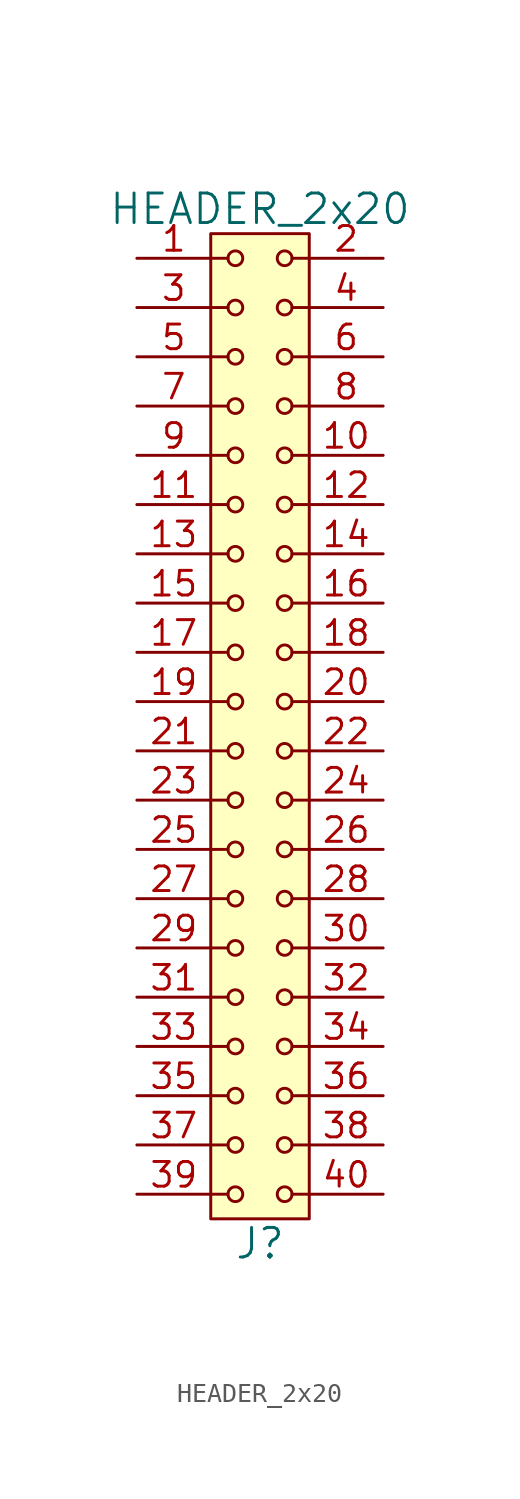
<source format=kicad_sym>
(kicad_symbol_lib
  (version 20211014)
  (generator kicad_symbol_editor)
  (symbol "HEADER_2x20"
    (pin_names
      (offset 1.016))
    (property "Reference" "J"
      (at 0 -26.67 0)
      (effects (font (size 1.524 1.524))))
    (property "Value" "HEADER_2x20"
      (at 0 26.67 0)
      (effects (font (size 1.524 1.524))))
    (property "Footprint" ""
      (at 0 24.13 0)
      (effects (font (size 1.524 1.524))))
    (property "Datasheet" ""
      (at 0 24.13 0)
      (effects (font (size 1.524 1.524))))
    (symbol "HEADER_2x20_0_1"
      (rectangle (start -2.54 25.4) (end 2.54 -25.4) (stroke (width 0) (type default) (color 0 0 0 0)) (fill (type background)))
      (circle (center -1.27 -24.13) (radius 0.381) (stroke (width 0) (type default) (color 0 0 0 0)) (fill (type none)))
      (circle (center -1.27 -21.59) (radius 0.381) (stroke (width 0) (type default) (color 0 0 0 0)) (fill (type none)))
      (circle (center -1.27 -19.05) (radius 0.381) (stroke (width 0) (type default) (color 0 0 0 0)) (fill (type none)))
      (circle (center -1.27 -16.51) (radius 0.381) (stroke (width 0) (type default) (color 0 0 0 0)) (fill (type none)))
      (circle (center -1.27 -13.97) (radius 0.381) (stroke (width 0) (type default) (color 0 0 0 0)) (fill (type none)))
      (circle (center -1.27 -11.43) (radius 0.381) (stroke (width 0) (type default) (color 0 0 0 0)) (fill (type none)))
      (circle (center -1.27 -8.89) (radius 0.381) (stroke (width 0) (type default) (color 0 0 0 0)) (fill (type none)))
      (circle (center -1.27 -6.35) (radius 0.381) (stroke (width 0) (type default) (color 0 0 0 0)) (fill (type none)))
      (circle (center -1.27 -3.81) (radius 0.381) (stroke (width 0) (type default) (color 0 0 0 0)) (fill (type none)))
      (circle (center -1.27 -1.27) (radius 0.381) (stroke (width 0) (type default) (color 0 0 0 0)) (fill (type none)))
      (circle (center -1.27 1.27) (radius 0.381) (stroke (width 0) (type default) (color 0 0 0 0)) (fill (type none)))
      (circle (center -1.27 3.81) (radius 0.381) (stroke (width 0) (type default) (color 0 0 0 0)) (fill (type none)))
      (circle (center -1.27 6.35) (radius 0.381) (stroke (width 0) (type default) (color 0 0 0 0)) (fill (type none)))
      (circle (center -1.27 8.89) (radius 0.381) (stroke (width 0) (type default) (color 0 0 0 0)) (fill (type none)))
      (circle (center -1.27 11.43) (radius 0.381) (stroke (width 0) (type default) (color 0 0 0 0)) (fill (type none)))
      (circle (center -1.27 13.97) (radius 0.381) (stroke (width 0) (type default) (color 0 0 0 0)) (fill (type none)))
      (circle (center -1.27 16.51) (radius 0.381) (stroke (width 0) (type default) (color 0 0 0 0)) (fill (type none)))
      (circle (center -1.27 19.05) (radius 0.381) (stroke (width 0) (type default) (color 0 0 0 0)) (fill (type none)))
      (circle (center -1.27 21.59) (radius 0.381) (stroke (width 0) (type default) (color 0 0 0 0)) (fill (type none)))
      (circle (center -1.27 24.13) (radius 0.381) (stroke (width 0) (type default) (color 0 0 0 0)) (fill (type none)))
      (polyline (pts (xy -1.651 -24.13) (xy -2.54 -24.13)) (stroke (width 0) (type default) (color 0 0 0 0)) (fill (type none)))
      (polyline (pts (xy -1.651 -21.59) (xy -2.54 -21.59)) (stroke (width 0) (type default) (color 0 0 0 0)) (fill (type none)))
      (polyline (pts (xy -1.651 -19.05) (xy -2.54 -19.05)) (stroke (width 0) (type default) (color 0 0 0 0)) (fill (type none)))
      (polyline (pts (xy -1.651 -16.51) (xy -2.54 -16.51)) (stroke (width 0) (type default) (color 0 0 0 0)) (fill (type none)))
      (polyline (pts (xy -1.651 -13.97) (xy -2.54 -13.97)) (stroke (width 0) (type default) (color 0 0 0 0)) (fill (type none)))
      (polyline (pts (xy -1.651 -11.43) (xy -2.54 -11.43)) (stroke (width 0) (type default) (color 0 0 0 0)) (fill (type none)))
      (polyline (pts (xy -1.651 -8.89) (xy -2.54 -8.89)) (stroke (width 0) (type default) (color 0 0 0 0)) (fill (type none)))
      (polyline (pts (xy -1.651 -6.35) (xy -2.54 -6.35)) (stroke (width 0) (type default) (color 0 0 0 0)) (fill (type none)))
      (polyline (pts (xy -1.651 -3.81) (xy -2.54 -3.81)) (stroke (width 0) (type default) (color 0 0 0 0)) (fill (type none)))
      (polyline (pts (xy -1.651 -1.27) (xy -2.54 -1.27)) (stroke (width 0) (type default) (color 0 0 0 0)) (fill (type none)))
      (polyline (pts (xy -1.651 1.27) (xy -2.54 1.27)) (stroke (width 0) (type default) (color 0 0 0 0)) (fill (type none)))
      (polyline (pts (xy -1.651 3.81) (xy -2.54 3.81)) (stroke (width 0) (type default) (color 0 0 0 0)) (fill (type none)))
      (polyline (pts (xy -1.651 6.35) (xy -2.54 6.35)) (stroke (width 0) (type default) (color 0 0 0 0)) (fill (type none)))
      (polyline (pts (xy -1.651 8.89) (xy -2.54 8.89)) (stroke (width 0) (type default) (color 0 0 0 0)) (fill (type none)))
      (polyline (pts (xy -1.651 11.43) (xy -2.54 11.43)) (stroke (width 0) (type default) (color 0 0 0 0)) (fill (type none)))
      (polyline (pts (xy -1.651 13.97) (xy -2.54 13.97)) (stroke (width 0) (type default) (color 0 0 0 0)) (fill (type none)))
      (polyline (pts (xy -1.651 16.51) (xy -2.54 16.51)) (stroke (width 0) (type default) (color 0 0 0 0)) (fill (type none)))
      (polyline (pts (xy -1.651 19.05) (xy -2.54 19.05)) (stroke (width 0) (type default) (color 0 0 0 0)) (fill (type none)))
      (polyline (pts (xy -1.651 21.59) (xy -2.54 21.59)) (stroke (width 0) (type default) (color 0 0 0 0)) (fill (type none)))
      (polyline (pts (xy -1.651 24.13) (xy -2.54 24.13)) (stroke (width 0) (type default) (color 0 0 0 0)) (fill (type none)))
      (polyline (pts (xy 1.651 -24.13) (xy 2.54 -24.13)) (stroke (width 0) (type default) (color 0 0 0 0)) (fill (type none)))
      (polyline (pts (xy 1.651 -21.59) (xy 2.54 -21.59)) (stroke (width 0) (type default) (color 0 0 0 0)) (fill (type none)))
      (polyline (pts (xy 1.651 -19.05) (xy 2.54 -19.05)) (stroke (width 0) (type default) (color 0 0 0 0)) (fill (type none)))
      (polyline (pts (xy 1.651 -16.51) (xy 2.54 -16.51)) (stroke (width 0) (type default) (color 0 0 0 0)) (fill (type none)))
      (polyline (pts (xy 1.651 -13.97) (xy 2.54 -13.97)) (stroke (width 0) (type default) (color 0 0 0 0)) (fill (type none)))
      (polyline (pts (xy 1.651 -11.43) (xy 2.54 -11.43)) (stroke (width 0) (type default) (color 0 0 0 0)) (fill (type none)))
      (polyline (pts (xy 1.651 -8.89) (xy 2.54 -8.89)) (stroke (width 0) (type default) (color 0 0 0 0)) (fill (type none)))
      (polyline (pts (xy 1.651 -6.35) (xy 2.54 -6.35)) (stroke (width 0) (type default) (color 0 0 0 0)) (fill (type none)))
      (polyline (pts (xy 1.651 -3.81) (xy 2.54 -3.81)) (stroke (width 0) (type default) (color 0 0 0 0)) (fill (type none)))
      (polyline (pts (xy 1.651 -1.27) (xy 2.54 -1.27)) (stroke (width 0) (type default) (color 0 0 0 0)) (fill (type none)))
      (polyline (pts (xy 1.651 1.27) (xy 2.54 1.27)) (stroke (width 0) (type default) (color 0 0 0 0)) (fill (type none)))
      (polyline (pts (xy 1.651 3.81) (xy 2.54 3.81)) (stroke (width 0) (type default) (color 0 0 0 0)) (fill (type none)))
      (polyline (pts (xy 1.651 6.35) (xy 2.54 6.35)) (stroke (width 0) (type default) (color 0 0 0 0)) (fill (type none)))
      (polyline (pts (xy 1.651 8.89) (xy 2.54 8.89)) (stroke (width 0) (type default) (color 0 0 0 0)) (fill (type none)))
      (polyline (pts (xy 1.651 11.43) (xy 2.54 11.43)) (stroke (width 0) (type default) (color 0 0 0 0)) (fill (type none)))
      (polyline (pts (xy 1.651 13.97) (xy 2.54 13.97)) (stroke (width 0) (type default) (color 0 0 0 0)) (fill (type none)))
      (polyline (pts (xy 1.651 16.51) (xy 2.54 16.51)) (stroke (width 0) (type default) (color 0 0 0 0)) (fill (type none)))
      (polyline (pts (xy 1.651 19.05) (xy 2.54 19.05)) (stroke (width 0) (type default) (color 0 0 0 0)) (fill (type none)))
      (polyline (pts (xy 1.651 21.59) (xy 2.54 21.59)) (stroke (width 0) (type default) (color 0 0 0 0)) (fill (type none)))
      (polyline (pts (xy 1.651 24.13) (xy 2.54 24.13)) (stroke (width 0) (type default) (color 0 0 0 0)) (fill (type none)))
      (circle (center 1.27 -24.13) (radius 0.381) (stroke (width 0) (type default) (color 0 0 0 0)) (fill (type none)))
      (circle (center 1.27 -21.59) (radius 0.381) (stroke (width 0) (type default) (color 0 0 0 0)) (fill (type none)))
      (circle (center 1.27 -19.05) (radius 0.381) (stroke (width 0) (type default) (color 0 0 0 0)) (fill (type none)))
      (circle (center 1.27 -16.51) (radius 0.381) (stroke (width 0) (type default) (color 0 0 0 0)) (fill (type none)))
      (circle (center 1.27 -13.97) (radius 0.381) (stroke (width 0) (type default) (color 0 0 0 0)) (fill (type none)))
      (circle (center 1.27 -11.43) (radius 0.381) (stroke (width 0) (type default) (color 0 0 0 0)) (fill (type none)))
      (circle (center 1.27 -8.89) (radius 0.381) (stroke (width 0) (type default) (color 0 0 0 0)) (fill (type none)))
      (circle (center 1.27 -6.35) (radius 0.381) (stroke (width 0) (type default) (color 0 0 0 0)) (fill (type none)))
      (circle (center 1.27 -3.81) (radius 0.381) (stroke (width 0) (type default) (color 0 0 0 0)) (fill (type none)))
      (circle (center 1.27 -1.27) (radius 0.381) (stroke (width 0) (type default) (color 0 0 0 0)) (fill (type none)))
      (circle (center 1.27 1.27) (radius 0.381) (stroke (width 0) (type default) (color 0 0 0 0)) (fill (type none)))
      (circle (center 1.27 3.81) (radius 0.381) (stroke (width 0) (type default) (color 0 0 0 0)) (fill (type none)))
      (circle (center 1.27 6.35) (radius 0.381) (stroke (width 0) (type default) (color 0 0 0 0)) (fill (type none)))
      (circle (center 1.27 8.89) (radius 0.381) (stroke (width 0) (type default) (color 0 0 0 0)) (fill (type none)))
      (circle (center 1.27 11.43) (radius 0.381) (stroke (width 0) (type default) (color 0 0 0 0)) (fill (type none)))
      (circle (center 1.27 13.97) (radius 0.381) (stroke (width 0) (type default) (color 0 0 0 0)) (fill (type none)))
      (circle (center 1.27 16.51) (radius 0.381) (stroke (width 0) (type default) (color 0 0 0 0)) (fill (type none)))
      (circle (center 1.27 19.05) (radius 0.381) (stroke (width 0) (type default) (color 0 0 0 0)) (fill (type none)))
      (circle (center 1.27 21.59) (radius 0.381) (stroke (width 0) (type default) (color 0 0 0 0)) (fill (type none)))
      (circle (center 1.27 24.13) (radius 0.381) (stroke (width 0) (type default) (color 0 0 0 0)) (fill (type none))))
    (symbol "HEADER_2x20_1_1"
      (pin input line (at -6.35 24.13 0) (length 3.81) (name "~" (effects (font (size 1.27 1.27)))) (number "1" (effects (font (size 1.27 1.27)))))
      (pin input line (at 6.35 13.97 180) (length 3.81) (name "~" (effects (font (size 1.27 1.27)))) (number "10" (effects (font (size 1.27 1.27)))))
      (pin input line (at -6.35 11.43 0) (length 3.81) (name "~" (effects (font (size 1.27 1.27)))) (number "11" (effects (font (size 1.27 1.27)))))
      (pin input line (at 6.35 11.43 180) (length 3.81) (name "~" (effects (font (size 1.27 1.27)))) (number "12" (effects (font (size 1.27 1.27)))))
      (pin input line (at -6.35 8.89 0) (length 3.81) (name "~" (effects (font (size 1.27 1.27)))) (number "13" (effects (font (size 1.27 1.27)))))
      (pin input line (at 6.35 8.89 180) (length 3.81) (name "~" (effects (font (size 1.27 1.27)))) (number "14" (effects (font (size 1.27 1.27)))))
      (pin input line (at -6.35 6.35 0) (length 3.81) (name "~" (effects (font (size 1.27 1.27)))) (number "15" (effects (font (size 1.27 1.27)))))
      (pin input line (at 6.35 6.35 180) (length 3.81) (name "~" (effects (font (size 1.27 1.27)))) (number "16" (effects (font (size 1.27 1.27)))))
      (pin input line (at -6.35 3.81 0) (length 3.81) (name "~" (effects (font (size 1.27 1.27)))) (number "17" (effects (font (size 1.27 1.27)))))
      (pin input line (at 6.35 3.81 180) (length 3.81) (name "~" (effects (font (size 1.27 1.27)))) (number "18" (effects (font (size 1.27 1.27)))))
      (pin input line (at -6.35 1.27 0) (length 3.81) (name "~" (effects (font (size 1.27 1.27)))) (number "19" (effects (font (size 1.27 1.27)))))
      (pin input line (at 6.35 24.13 180) (length 3.81) (name "~" (effects (font (size 1.27 1.27)))) (number "2" (effects (font (size 1.27 1.27)))))
      (pin input line (at 6.35 1.27 180) (length 3.81) (name "~" (effects (font (size 1.27 1.27)))) (number "20" (effects (font (size 1.27 1.27)))))
      (pin input line (at -6.35 -1.27 0) (length 3.81) (name "~" (effects (font (size 1.27 1.27)))) (number "21" (effects (font (size 1.27 1.27)))))
      (pin input line (at 6.35 -1.27 180) (length 3.81) (name "~" (effects (font (size 1.27 1.27)))) (number "22" (effects (font (size 1.27 1.27)))))
      (pin input line (at -6.35 -3.81 0) (length 3.81) (name "~" (effects (font (size 1.27 1.27)))) (number "23" (effects (font (size 1.27 1.27)))))
      (pin input line (at 6.35 -3.81 180) (length 3.81) (name "~" (effects (font (size 1.27 1.27)))) (number "24" (effects (font (size 1.27 1.27)))))
      (pin input line (at -6.35 -6.35 0) (length 3.81) (name "~" (effects (font (size 1.27 1.27)))) (number "25" (effects (font (size 1.27 1.27)))))
      (pin input line (at 6.35 -6.35 180) (length 3.81) (name "~" (effects (font (size 1.27 1.27)))) (number "26" (effects (font (size 1.27 1.27)))))
      (pin input line (at -6.35 -8.89 0) (length 3.81) (name "~" (effects (font (size 1.27 1.27)))) (number "27" (effects (font (size 1.27 1.27)))))
      (pin input line (at 6.35 -8.89 180) (length 3.81) (name "~" (effects (font (size 1.27 1.27)))) (number "28" (effects (font (size 1.27 1.27)))))
      (pin input line (at -6.35 -11.43 0) (length 3.81) (name "~" (effects (font (size 1.27 1.27)))) (number "29" (effects (font (size 1.27 1.27)))))
      (pin input line (at -6.35 21.59 0) (length 3.81) (name "~" (effects (font (size 1.27 1.27)))) (number "3" (effects (font (size 1.27 1.27)))))
      (pin input line (at 6.35 -11.43 180) (length 3.81) (name "~" (effects (font (size 1.27 1.27)))) (number "30" (effects (font (size 1.27 1.27)))))
      (pin input line (at -6.35 -13.97 0) (length 3.81) (name "~" (effects (font (size 1.27 1.27)))) (number "31" (effects (font (size 1.27 1.27)))))
      (pin input line (at 6.35 -13.97 180) (length 3.81) (name "~" (effects (font (size 1.27 1.27)))) (number "32" (effects (font (size 1.27 1.27)))))
      (pin input line (at -6.35 -16.51 0) (length 3.81) (name "~" (effects (font (size 1.27 1.27)))) (number "33" (effects (font (size 1.27 1.27)))))
      (pin input line (at 6.35 -16.51 180) (length 3.81) (name "~" (effects (font (size 1.27 1.27)))) (number "34" (effects (font (size 1.27 1.27)))))
      (pin input line (at -6.35 -19.05 0) (length 3.81) (name "~" (effects (font (size 1.27 1.27)))) (number "35" (effects (font (size 1.27 1.27)))))
      (pin input line (at 6.35 -19.05 180) (length 3.81) (name "~" (effects (font (size 1.27 1.27)))) (number "36" (effects (font (size 1.27 1.27)))))
      (pin input line (at -6.35 -21.59 0) (length 3.81) (name "~" (effects (font (size 1.27 1.27)))) (number "37" (effects (font (size 1.27 1.27)))))
      (pin input line (at 6.35 -21.59 180) (length 3.81) (name "~" (effects (font (size 1.27 1.27)))) (number "38" (effects (font (size 1.27 1.27)))))
      (pin input line (at -6.35 -24.13 0) (length 3.81) (name "~" (effects (font (size 1.27 1.27)))) (number "39" (effects (font (size 1.27 1.27)))))
      (pin input line (at 6.35 21.59 180) (length 3.81) (name "~" (effects (font (size 1.27 1.27)))) (number "4" (effects (font (size 1.27 1.27)))))
      (pin input line (at 6.35 -24.13 180) (length 3.81) (name "~" (effects (font (size 1.27 1.27)))) (number "40" (effects (font (size 1.27 1.27)))))
      (pin input line (at -6.35 19.05 0) (length 3.81) (name "~" (effects (font (size 1.27 1.27)))) (number "5" (effects (font (size 1.27 1.27)))))
      (pin input line (at 6.35 19.05 180) (length 3.81) (name "~" (effects (font (size 1.27 1.27)))) (number "6" (effects (font (size 1.27 1.27)))))
      (pin input line (at -6.35 16.51 0) (length 3.81) (name "~" (effects (font (size 1.27 1.27)))) (number "7" (effects (font (size 1.27 1.27)))))
      (pin input line (at 6.35 16.51 180) (length 3.81) (name "~" (effects (font (size 1.27 1.27)))) (number "8" (effects (font (size 1.27 1.27)))))
      (pin input line (at -6.35 13.97 0) (length 3.81) (name "~" (effects (font (size 1.27 1.27)))) (number "9" (effects (font (size 1.27 1.27))))))))
</source>
